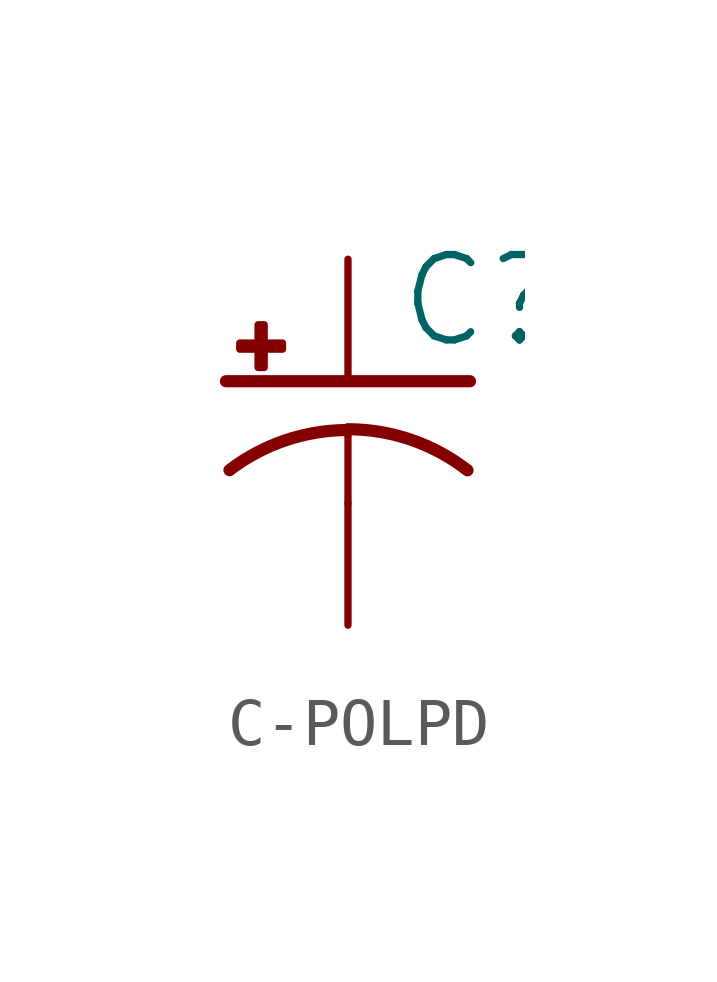
<source format=kicad_sym>
(kicad_symbol_lib
  (version 20231120)
  (generator "kicad_symbol_editor")
  (generator_version "8.0")
  (symbol "C-POLPD"
    (property "Reference" "C"
      (at 1.016 0.635 0)
      (effects (font (size 1.778 1.778)) (justify left bottom)))
    (property "Value" ""
      (at 1.016 -4.191 0)
      (effects (font (size 1.778 1.778)) (justify left bottom)))
    (property "ki_locked" ""
      (at 0 0 0)
      (effects (font (size 1.27 1.27))))
    (symbol "C-POLPD_1_0"
      (rectangle (start -2.253 0.668) (end -1.364 0.795) (stroke (width 0) (type default)) (fill (type outline)))
      (rectangle (start -1.872 0.287) (end -1.745 1.176) (stroke (width 0) (type default)) (fill (type outline)))
      (arc (start 0 -1.0161) (mid -1.3021 -1.2303) (end -2.4669 -1.8504) (stroke (width 0.254) (type solid)) (fill (type none)))
      (polyline (pts (xy -2.54 0) (xy 2.54 0)) (stroke (width 0.254) (type solid)) (fill (type none)))
      (polyline (pts (xy 0 -1.016) (xy 0 -2.54)) (stroke (width 0.152) (type solid)) (fill (type none)))
      (arc (start 2.4892 -1.8541) (mid 1.3158 -1.2194) (end 0 -1) (stroke (width 0.254) (type solid)) (fill (type none)))
      (pin passive line (at 0 2.54 270) (length 2.54) (name "+" (effects (font (size 0 0)))) (number "+" (effects (font (size 0 0)))))
      (pin passive line (at 0 -5.08 90) (length 2.54) (name "-" (effects (font (size 0 0)))) (number "-" (effects (font (size 0 0))))))))
</source>
